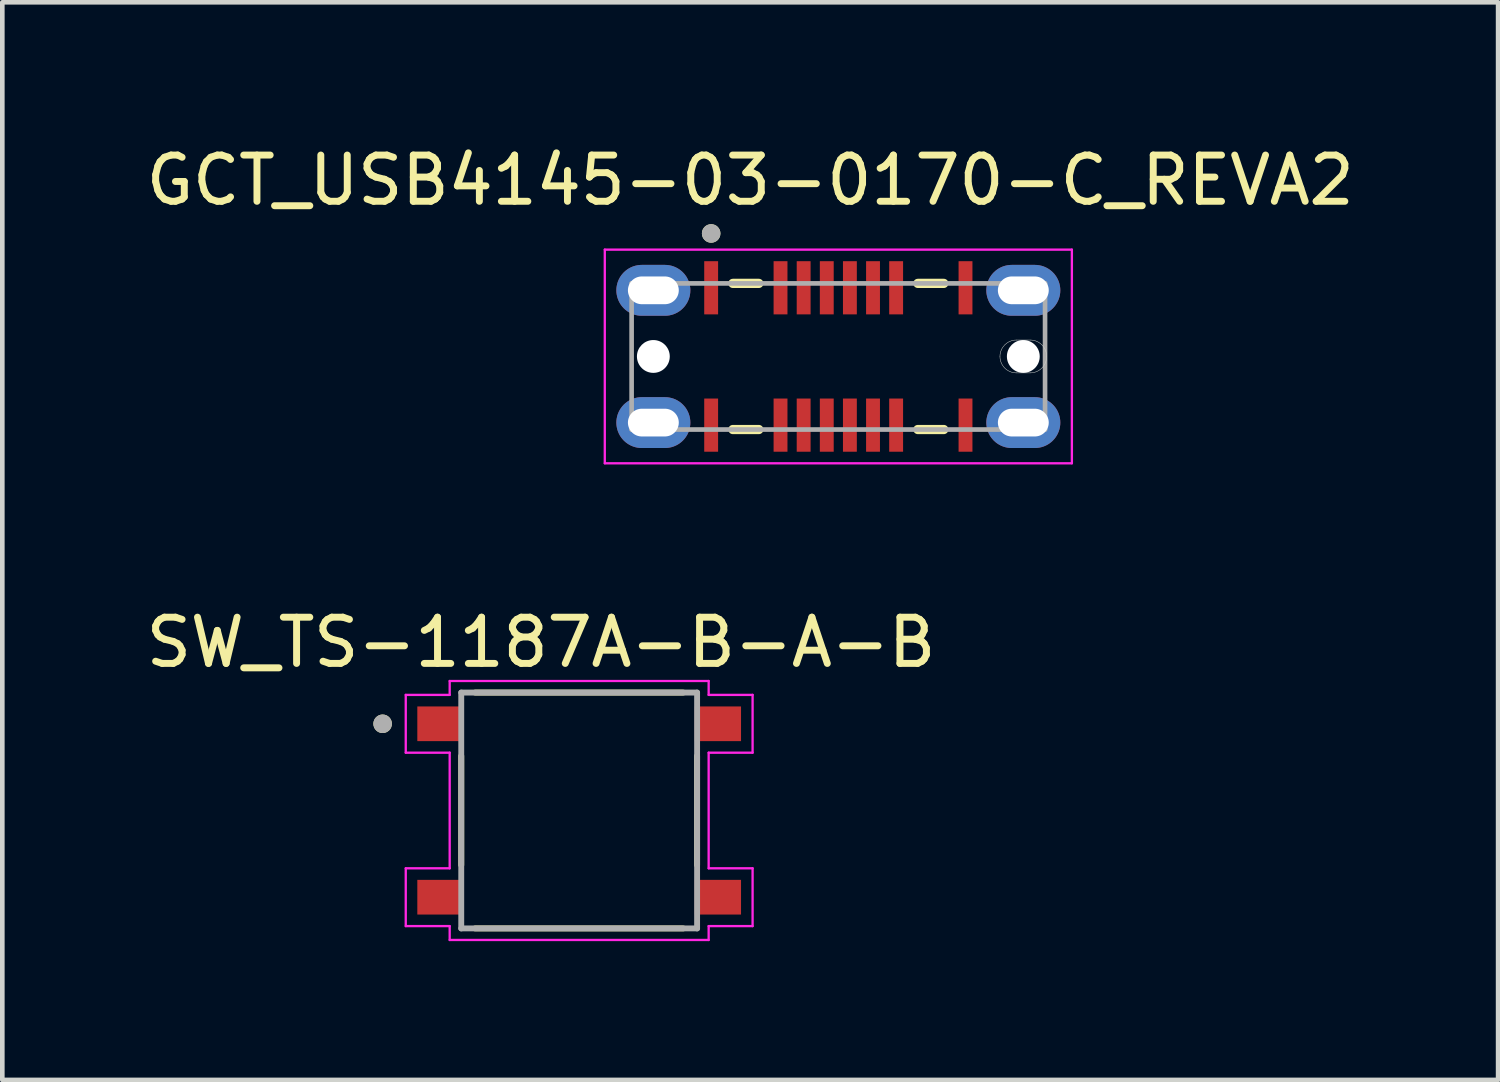
<source format=kicad_pcb>
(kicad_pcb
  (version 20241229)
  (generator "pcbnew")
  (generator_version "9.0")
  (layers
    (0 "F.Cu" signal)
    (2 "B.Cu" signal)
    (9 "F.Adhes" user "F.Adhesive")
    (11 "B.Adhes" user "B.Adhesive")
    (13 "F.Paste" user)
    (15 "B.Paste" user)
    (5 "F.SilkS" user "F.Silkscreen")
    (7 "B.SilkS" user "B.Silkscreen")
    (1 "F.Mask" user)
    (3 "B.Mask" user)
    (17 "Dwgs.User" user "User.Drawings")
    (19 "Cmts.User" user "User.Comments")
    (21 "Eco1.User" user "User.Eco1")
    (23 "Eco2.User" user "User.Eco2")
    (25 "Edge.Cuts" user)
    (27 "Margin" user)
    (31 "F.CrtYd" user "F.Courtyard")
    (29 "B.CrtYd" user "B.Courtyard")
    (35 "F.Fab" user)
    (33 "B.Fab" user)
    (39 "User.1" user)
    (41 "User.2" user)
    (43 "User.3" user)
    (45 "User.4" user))
  (footprint "SW_TS-1187A-B-A-B"
    (layer "F.Cu")
    (at 9.474 14.476)
    (property "Reference" "SW_TS-1187A-B-A-B" (at -0.825 -3.635 0) (layer "F.SilkS") (effects (font (size 1 1) (thickness 0.15))))
    (attr smd)
    (fp_line (start -2.55 -1.18) (end -2.55 1.18) (stroke (width 0.127) (type solid)) (layer "F.SilkS"))
    (fp_line (start 2.25 -2.55) (end -2.25 -2.55) (stroke (width 0.127) (type solid)) (layer "F.SilkS"))
    (fp_line (start 2.25 2.55) (end -2.25 2.55) (stroke (width 0.127) (type solid)) (layer "F.SilkS"))
    (fp_line (start 2.55 1.18) (end 2.55 -1.18) (stroke (width 0.127) (type solid)) (layer "F.SilkS"))
    (fp_circle (center -4.25 -1.875) (end -4.15 -1.875) (stroke (width 0.2) (type solid)) (fill no) (layer "F.SilkS"))
    (fp_line (start -3.75 -2.5) (end -3.75 -1.25) (stroke (width 0.05) (type solid)) (layer "F.CrtYd"))
    (fp_line (start -3.75 -2.5) (end -2.8 -2.5) (stroke (width 0.05) (type solid)) (layer "F.CrtYd"))
    (fp_line (start -3.75 -1.25) (end -2.8 -1.25) (stroke (width 0.05) (type solid)) (layer "F.CrtYd"))
    (fp_line (start -3.75 1.25) (end -2.8 1.25) (stroke (width 0.05) (type solid)) (layer "F.CrtYd"))
    (fp_line (start -3.75 2.5) (end -3.75 1.25) (stroke (width 0.05) (type solid)) (layer "F.CrtYd"))
    (fp_line (start -3.75 2.5) (end -2.8 2.5) (stroke (width 0.05) (type solid)) (layer "F.CrtYd"))
    (fp_line (start -2.8 -2.8) (end -2.8 -2.5) (stroke (width 0.05) (type solid)) (layer "F.CrtYd"))
    (fp_line (start -2.8 -1.25) (end -2.8 1.25) (stroke (width 0.05) (type solid)) (layer "F.CrtYd"))
    (fp_line (start -2.8 2.8) (end -2.8 2.5) (stroke (width 0.05) (type solid)) (layer "F.CrtYd"))
    (fp_line (start -2.8 2.8) (end 2.8 2.8) (stroke (width 0.05) (type solid)) (layer "F.CrtYd"))
    (fp_line (start 2.8 -2.8) (end -2.8 -2.8) (stroke (width 0.05) (type solid)) (layer "F.CrtYd"))
    (fp_line (start 2.8 -2.8) (end 2.8 -2.5) (stroke (width 0.05) (type solid)) (layer "F.CrtYd"))
    (fp_line (start 2.8 -1.25) (end 2.8 1.25) (stroke (width 0.05) (type solid)) (layer "F.CrtYd"))
    (fp_line (start 2.8 2.8) (end 2.8 2.5) (stroke (width 0.05) (type solid)) (layer "F.CrtYd"))
    (fp_line (start 3.75 -2.5) (end 2.8 -2.5) (stroke (width 0.05) (type solid)) (layer "F.CrtYd"))
    (fp_line (start 3.75 -2.5) (end 3.75 -1.25) (stroke (width 0.05) (type solid)) (layer "F.CrtYd"))
    (fp_line (start 3.75 -1.25) (end 2.8 -1.25) (stroke (width 0.05) (type solid)) (layer "F.CrtYd"))
    (fp_line (start 3.75 1.25) (end 2.8 1.25) (stroke (width 0.05) (type solid)) (layer "F.CrtYd"))
    (fp_line (start 3.75 2.5) (end 2.8 2.5) (stroke (width 0.05) (type solid)) (layer "F.CrtYd"))
    (fp_line (start 3.75 2.5) (end 3.75 1.25) (stroke (width 0.05) (type solid)) (layer "F.CrtYd"))
    (fp_line (start -2.55 -2.55) (end -2.55 2.55) (stroke (width 0.127) (type solid)) (layer "F.Fab"))
    (fp_line (start -2.55 2.55) (end 2.55 2.55) (stroke (width 0.127) (type solid)) (layer "F.Fab"))
    (fp_line (start 2.55 -2.55) (end -2.55 -2.55) (stroke (width 0.127) (type solid)) (layer "F.Fab"))
    (fp_line (start 2.55 2.55) (end 2.55 -2.55) (stroke (width 0.127) (type solid)) (layer "F.Fab"))
    (fp_circle (center -4.25 -1.875) (end -4.15 -1.875) (stroke (width 0.2) (type solid)) (fill no) (layer "F.Fab"))
    (pad "1" smd rect (at -3 -1.875) (size 1 0.75) (layers "F.Cu" "F.Mask" "F.Paste"))
    (pad "1" smd rect (at 3 -1.875) (size 1 0.75) (layers "F.Cu" "F.Mask" "F.Paste"))
    (pad "2" smd rect (at -3 1.875) (size 1 0.75) (layers "F.Cu" "F.Mask" "F.Paste"))
    (pad "2" smd rect (at 3 1.875) (size 1 0.75) (layers "F.Cu" "F.Mask" "F.Paste")))
  (footprint "GCT_USB4145-03-0170-C_REVA2"
    (layer "F.Cu")
    (at 15.078 4.658)
    (property "Reference" "GCT_USB4145-03-0170-C_REVA2" (at -1.905 -3.81 0) (layer "F.SilkS") (effects (font (size 1 1) (thickness 0.15))))
    (attr smd)
    (fp_line (start -2.28 -1.58) (end -1.72 -1.58) (stroke (width 0.2) (type solid)) (layer "F.SilkS"))
    (fp_line (start -2.28 1.58) (end -1.72 1.58) (stroke (width 0.2) (type solid)) (layer "F.SilkS"))
    (fp_line (start 1.72 -1.58) (end 2.28 -1.58) (stroke (width 0.2) (type solid)) (layer "F.SilkS"))
    (fp_line (start 1.72 1.58) (end 2.28 1.58) (stroke (width 0.2) (type solid)) (layer "F.SilkS"))
    (fp_circle (center -2.75 -2.66) (end -2.65 -2.66) (stroke (width 0.2) (type solid)) (fill no) (layer "F.SilkS"))
    (fp_line (start 3.85 -0.355) (end 4.15 -0.355) (stroke (width 0.01) (type solid)) (layer "Edge.Cuts"))
    (fp_line (start 4.15 0.355) (end 3.85 0.355) (stroke (width 0.01) (type solid)) (layer "Edge.Cuts"))
    (fp_arc (start 3.495 0) (mid 3.598977 -0.251023) (end 3.85 -0.355) (stroke (width 0.01) (type solid)) (layer "Edge.Cuts"))
    (fp_arc (start 3.85 0.355) (mid 3.598977 0.251023) (end 3.495 0) (stroke (width 0.01) (type solid)) (layer "Edge.Cuts"))
    (fp_arc (start 4.15 -0.355) (mid 4.401023 -0.251023) (end 4.505 0) (stroke (width 0.01) (type solid)) (layer "Edge.Cuts"))
    (fp_arc (start 4.505 0) (mid 4.401023 0.251023) (end 4.15 0.355) (stroke (width 0.01) (type solid)) (layer "Edge.Cuts"))
    (fp_line (start -5.05 -2.31) (end -5.05 2.31) (stroke (width 0.05) (type solid)) (layer "F.CrtYd"))
    (fp_line (start -5.05 2.31) (end 5.05 2.31) (stroke (width 0.05) (type solid)) (layer "F.CrtYd"))
    (fp_line (start 5.05 -2.31) (end -5.05 -2.31) (stroke (width 0.05) (type solid)) (layer "F.CrtYd"))
    (fp_line (start 5.05 2.31) (end 5.05 -2.31) (stroke (width 0.05) (type solid)) (layer "F.CrtYd"))
    (fp_line (start -4.47 -1.58) (end 4.47 -1.58) (stroke (width 0.1) (type solid)) (layer "F.Fab"))
    (fp_line (start -4.47 1.58) (end -4.47 -1.58) (stroke (width 0.1) (type solid)) (layer "F.Fab"))
    (fp_line (start 4.47 -1.58) (end 4.47 1.58) (stroke (width 0.1) (type solid)) (layer "F.Fab"))
    (fp_line (start 4.47 1.58) (end -4.47 1.58) (stroke (width 0.1) (type solid)) (layer "F.Fab"))
    (fp_circle (center -2.75 -2.66) (end -2.65 -2.66) (stroke (width 0.2) (type solid)) (fill no) (layer "F.Fab"))
    (pad "" np_thru_hole circle (at -4 0) (size 0.71 0.71) (drill 0.71) (layers "*.Cu" "*.Mask"))
    (pad "" np_thru_hole circle (at 4 0) (size 0.71 0.71) (drill 0.71) (layers "*.Cu" "*.Mask"))
    (pad "A1" smd rect (at -2.75 -1.485) (size 0.3 1.15) (layers "F.Cu" "F.Mask" "F.Paste"))
    (pad "A4" smd rect (at -1.25 -1.485) (size 0.3 1.15) (layers "F.Cu" "F.Mask" "F.Paste"))
    (pad "A5" smd rect (at -0.75 -1.485) (size 0.3 1.15) (layers "F.Cu" "F.Mask" "F.Paste"))
    (pad "A6" smd rect (at -0.25 -1.485) (size 0.3 1.15) (layers "F.Cu" "F.Mask" "F.Paste"))
    (pad "A7" smd rect (at 0.25 -1.485) (size 0.3 1.15) (layers "F.Cu" "F.Mask" "F.Paste"))
    (pad "A8" smd rect (at 0.75 -1.485) (size 0.3 1.15) (layers "F.Cu" "F.Mask" "F.Paste"))
    (pad "A9" smd rect (at 1.25 -1.485) (size 0.3 1.15) (layers "F.Cu" "F.Mask" "F.Paste"))
    (pad "A12" smd rect (at 2.75 -1.485) (size 0.3 1.15) (layers "F.Cu" "F.Mask" "F.Paste"))
    (pad "B1" smd rect (at 2.75 1.485) (size 0.3 1.15) (layers "F.Cu" "F.Mask" "F.Paste"))
    (pad "B4" smd rect (at 1.25 1.485) (size 0.3 1.15) (layers "F.Cu" "F.Mask" "F.Paste"))
    (pad "B5" smd rect (at 0.75 1.485) (size 0.3 1.15) (layers "F.Cu" "F.Mask" "F.Paste"))
    (pad "B6" smd rect (at 0.25 1.485) (size 0.3 1.15) (layers "F.Cu" "F.Mask" "F.Paste"))
    (pad "B7" smd rect (at -0.25 1.485) (size 0.3 1.15) (layers "F.Cu" "F.Mask" "F.Paste"))
    (pad "B8" smd rect (at -0.75 1.485) (size 0.3 1.15) (layers "F.Cu" "F.Mask" "F.Paste"))
    (pad "B9" smd rect (at -1.25 1.485) (size 0.3 1.15) (layers "F.Cu" "F.Mask" "F.Paste"))
    (pad "B12" smd rect (at -2.75 1.485) (size 0.3 1.15) (layers "F.Cu" "F.Mask" "F.Paste"))
    (pad "S1" thru_hole oval (at -4 -1.43) (size 1.6 1.1) (drill oval 1.1 0.6) (layers "*.Cu" "*.Mask"))
    (pad "S1" thru_hole oval (at -4 1.43) (size 1.6 1.1) (drill oval 1.1 0.6) (layers "*.Cu" "*.Mask"))
    (pad "S1" thru_hole oval (at 4 -1.43) (size 1.6 1.1) (drill oval 1.1 0.6) (layers "*.Cu" "*.Mask"))
    (pad "S1" thru_hole oval (at 4 1.43) (size 1.6 1.1) (drill oval 1.1 0.6) (layers "*.Cu" "*.Mask")))
  (gr_rect
    (start -3 -3)
    (end 29.345 20.302)
    (stroke (width 0.1) (type default))
    (fill no)
    (layer "Edge.Cuts")))
</source>
